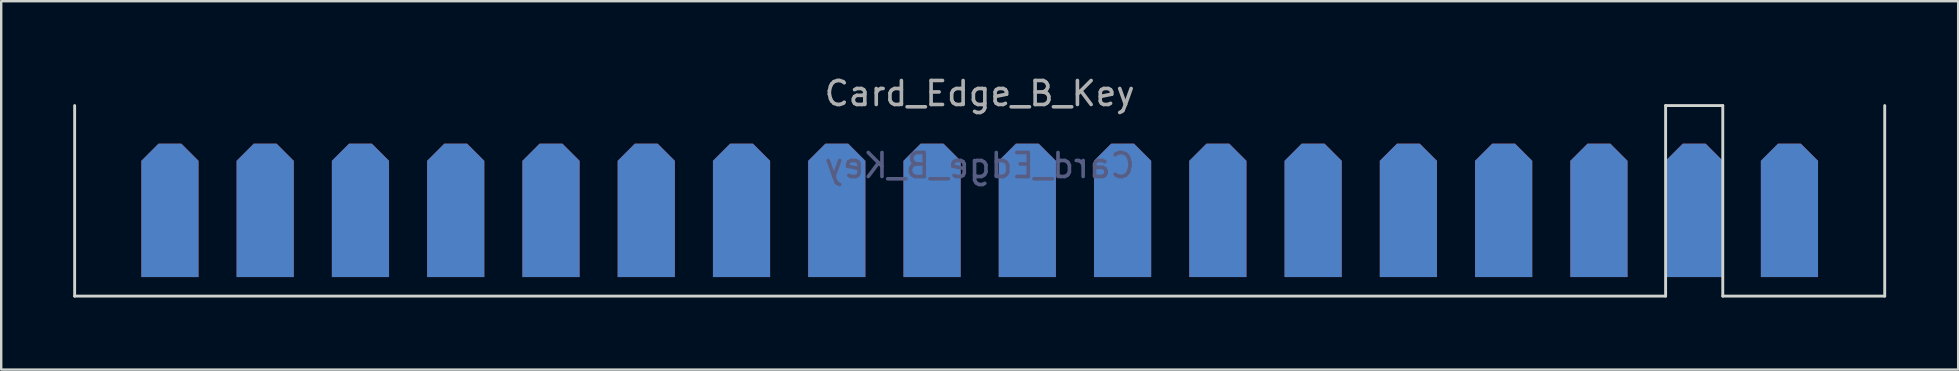
<source format=kicad_pcb>
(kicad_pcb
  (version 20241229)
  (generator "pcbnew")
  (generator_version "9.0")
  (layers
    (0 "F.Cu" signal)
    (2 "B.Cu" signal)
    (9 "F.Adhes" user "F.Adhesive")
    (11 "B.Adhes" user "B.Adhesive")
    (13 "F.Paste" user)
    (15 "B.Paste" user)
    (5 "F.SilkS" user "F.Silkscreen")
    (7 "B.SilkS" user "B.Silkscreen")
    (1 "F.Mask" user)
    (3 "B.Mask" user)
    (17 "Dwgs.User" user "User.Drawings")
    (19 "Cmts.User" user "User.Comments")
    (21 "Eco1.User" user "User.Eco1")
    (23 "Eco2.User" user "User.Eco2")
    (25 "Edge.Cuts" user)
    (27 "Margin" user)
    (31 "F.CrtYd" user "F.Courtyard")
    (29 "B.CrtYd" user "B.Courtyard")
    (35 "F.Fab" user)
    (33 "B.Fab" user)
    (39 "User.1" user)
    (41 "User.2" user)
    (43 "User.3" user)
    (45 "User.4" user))
  (footprint "Card_Edge_B_Key"
    (layer "F.Cu")
    (at 37.763 1.348)
    (property "Reference" "Card_Edge_B_Key" (at 0 -0.5 0) (unlocked yes) (layer "F.Fab") (effects (font (size 1 1) (thickness 0.15))))
    (fp_line (start -37.703 7.938) (end -37.703 0) (stroke (width 0.12) (type solid)) (layer "Edge.Cuts"))
    (fp_line (start 28.575 0) (end 28.575 7.938) (stroke (width 0.12) (type solid)) (layer "Edge.Cuts"))
    (fp_line (start 28.575 7.938) (end -37.703 7.938) (stroke (width 0.12) (type solid)) (layer "Edge.Cuts"))
    (fp_line (start 30.956 0) (end 28.575 0) (stroke (width 0.12) (type solid)) (layer "Edge.Cuts"))
    (fp_line (start 30.956 7.938) (end 30.956 0) (stroke (width 0.12) (type solid)) (layer "Edge.Cuts"))
    (fp_line (start 37.703 0) (end 37.703 7.938) (stroke (width 0.12) (type solid)) (layer "Edge.Cuts"))
    (fp_line (start 37.703 7.938) (end 30.956 7.938) (stroke (width 0.12) (type solid)) (layer "Edge.Cuts"))
    (fp_text user "${REFERENCE}" (at 0 2.5 0) (unlocked yes) (layer "B.Fab") (effects (font (size 1 1) (thickness 0.15)) (justify mirror)))
    (pad "a1" connect roundrect (at 33.734 4.366) (size 2.381 5.556) (layers "B.Cu" "B.Mask") (roundrect_rratio 0) (chamfer_ratio 0.3) (chamfer top_left top_right))
    (pad "a2" connect roundrect (at 29.766 4.366) (size 2.381 5.556) (layers "B.Cu" "B.Mask") (roundrect_rratio 0) (chamfer_ratio 0.3) (chamfer top_left top_right))
    (pad "a3" connect roundrect (at 25.797 4.366) (size 2.381 5.556) (layers "B.Cu" "B.Mask") (roundrect_rratio 0) (chamfer_ratio 0.3) (chamfer top_left top_right))
    (pad "a4" connect roundrect (at 21.828 4.366) (size 2.381 5.556) (layers "B.Cu" "B.Mask") (roundrect_rratio 0) (chamfer_ratio 0.3) (chamfer top_left top_right))
    (pad "a5" connect roundrect (at 17.859 4.366) (size 2.381 5.556) (layers "B.Cu" "B.Mask") (roundrect_rratio 0) (chamfer_ratio 0.3) (chamfer top_left top_right))
    (pad "a6" connect roundrect (at 13.891 4.366) (size 2.381 5.556) (layers "B.Cu" "B.Mask") (roundrect_rratio 0) (chamfer_ratio 0.3) (chamfer top_left top_right))
    (pad "a7" connect roundrect (at 9.922 4.366) (size 2.381 5.556) (layers "B.Cu" "B.Mask") (roundrect_rratio 0) (chamfer_ratio 0.3) (chamfer top_left top_right))
    (pad "a8" connect roundrect (at 5.953 4.366) (size 2.381 5.556) (layers "B.Cu" "B.Mask") (roundrect_rratio 0) (chamfer_ratio 0.3) (chamfer top_left top_right))
    (pad "a9" connect roundrect (at 1.984 4.366) (size 2.381 5.556) (layers "B.Cu" "B.Mask") (roundrect_rratio 0) (chamfer_ratio 0.3) (chamfer top_left top_right))
    (pad "a10" connect roundrect (at -1.984 4.366) (size 2.381 5.556) (layers "B.Cu" "B.Mask") (roundrect_rratio 0) (chamfer_ratio 0.3) (chamfer top_left top_right))
    (pad "a11" connect roundrect (at -5.953 4.366) (size 2.381 5.556) (layers "B.Cu" "B.Mask") (roundrect_rratio 0) (chamfer_ratio 0.3) (chamfer top_left top_right))
    (pad "a12" connect roundrect (at -9.922 4.366) (size 2.381 5.556) (layers "B.Cu" "B.Mask") (roundrect_rratio 0) (chamfer_ratio 0.3) (chamfer top_left top_right))
    (pad "a13" connect roundrect (at -13.891 4.366) (size 2.381 5.556) (layers "B.Cu" "B.Mask") (roundrect_rratio 0) (chamfer_ratio 0.3) (chamfer top_left top_right))
    (pad "a14" connect roundrect (at -17.859 4.366) (size 2.381 5.556) (layers "B.Cu" "B.Mask") (roundrect_rratio 0) (chamfer_ratio 0.3) (chamfer top_left top_right))
    (pad "a15" connect roundrect (at -21.828 4.366) (size 2.381 5.556) (layers "B.Cu" "B.Mask") (roundrect_rratio 0) (chamfer_ratio 0.3) (chamfer top_left top_right))
    (pad "a16" connect roundrect (at -25.797 4.366) (size 2.381 5.556) (layers "B.Cu" "B.Mask") (roundrect_rratio 0) (chamfer_ratio 0.3) (chamfer top_left top_right))
    (pad "a17" connect roundrect (at -29.766 4.366) (size 2.381 5.556) (layers "B.Cu" "B.Mask") (roundrect_rratio 0) (chamfer_ratio 0.3) (chamfer top_left top_right))
    (pad "a18" connect roundrect (at -33.734 4.366) (size 2.381 5.556) (layers "B.Cu" "B.Mask") (roundrect_rratio 0) (chamfer_ratio 0.3) (chamfer top_left top_right))
    (pad "b1" connect roundrect (at 33.734 4.366) (size 2.381 5.556) (layers "F.Cu" "F.Mask") (roundrect_rratio 0) (chamfer_ratio 0.3) (chamfer top_left top_right))
    (pad "b2" connect roundrect (at 29.766 4.366) (size 2.381 5.556) (layers "F.Cu" "F.Mask") (roundrect_rratio 0) (chamfer_ratio 0.3) (chamfer top_left top_right))
    (pad "b3" connect roundrect (at 25.797 4.366) (size 2.381 5.556) (layers "F.Cu" "F.Mask") (roundrect_rratio 0) (chamfer_ratio 0.3) (chamfer top_left top_right))
    (pad "b4" connect roundrect (at 21.828 4.366) (size 2.381 5.556) (layers "F.Cu" "F.Mask") (roundrect_rratio 0) (chamfer_ratio 0.3) (chamfer top_left top_right))
    (pad "b5" connect roundrect (at 17.859 4.366) (size 2.381 5.556) (layers "F.Cu" "F.Mask") (roundrect_rratio 0) (chamfer_ratio 0.3) (chamfer top_left top_right))
    (pad "b6" connect roundrect (at 13.891 4.366) (size 2.381 5.556) (layers "F.Cu" "F.Mask") (roundrect_rratio 0) (chamfer_ratio 0.3) (chamfer top_left top_right))
    (pad "b7" connect roundrect (at 9.922 4.366) (size 2.381 5.556) (layers "F.Cu" "F.Mask") (roundrect_rratio 0) (chamfer_ratio 0.3) (chamfer top_left top_right))
    (pad "b8" connect roundrect (at 5.953 4.366) (size 2.381 5.556) (layers "F.Cu" "F.Mask") (roundrect_rratio 0) (chamfer_ratio 0.3) (chamfer top_left top_right))
    (pad "b9" connect roundrect (at 1.984 4.366) (size 2.381 5.556) (layers "F.Cu" "F.Mask") (roundrect_rratio 0) (chamfer_ratio 0.3) (chamfer top_left top_right))
    (pad "b10" connect roundrect (at -1.984 4.366) (size 2.381 5.556) (layers "F.Cu" "F.Mask") (roundrect_rratio 0) (chamfer_ratio 0.3) (chamfer top_left top_right))
    (pad "b11" connect roundrect (at -5.953 4.366) (size 2.381 5.556) (layers "F.Cu" "F.Mask") (roundrect_rratio 0) (chamfer_ratio 0.3) (chamfer top_left top_right))
    (pad "b12" connect roundrect (at -9.922 4.366) (size 2.381 5.556) (layers "F.Cu" "F.Mask") (roundrect_rratio 0) (chamfer_ratio 0.3) (chamfer top_left top_right))
    (pad "b13" connect roundrect (at -13.891 4.366) (size 2.381 5.556) (layers "F.Cu" "F.Mask") (roundrect_rratio 0) (chamfer_ratio 0.3) (chamfer top_left top_right))
    (pad "b14" connect roundrect (at -17.859 4.366) (size 2.381 5.556) (layers "F.Cu" "F.Mask") (roundrect_rratio 0) (chamfer_ratio 0.3) (chamfer top_left top_right))
    (pad "b15" connect roundrect (at -21.828 4.366) (size 2.381 5.556) (layers "F.Cu" "F.Mask") (roundrect_rratio 0) (chamfer_ratio 0.3) (chamfer top_left top_right))
    (pad "b16" connect roundrect (at -25.797 4.366) (size 2.381 5.556) (layers "F.Cu" "F.Mask") (roundrect_rratio 0) (chamfer_ratio 0.3) (chamfer top_left top_right))
    (pad "b17" connect roundrect (at -29.766 4.366) (size 2.381 5.556) (layers "F.Cu" "F.Mask") (roundrect_rratio 0) (chamfer_ratio 0.3) (chamfer top_left top_right))
    (pad "b18" connect roundrect (at -33.734 4.366) (size 2.381 5.556) (layers "F.Cu" "F.Mask") (roundrect_rratio 0) (chamfer_ratio 0.3) (chamfer top_left top_right)))
  (gr_rect
    (start -3 -3)
    (end 78.526 12.346)
    (stroke (width 0.1) (type default))
    (fill no)
    (layer "Edge.Cuts")))
</source>
